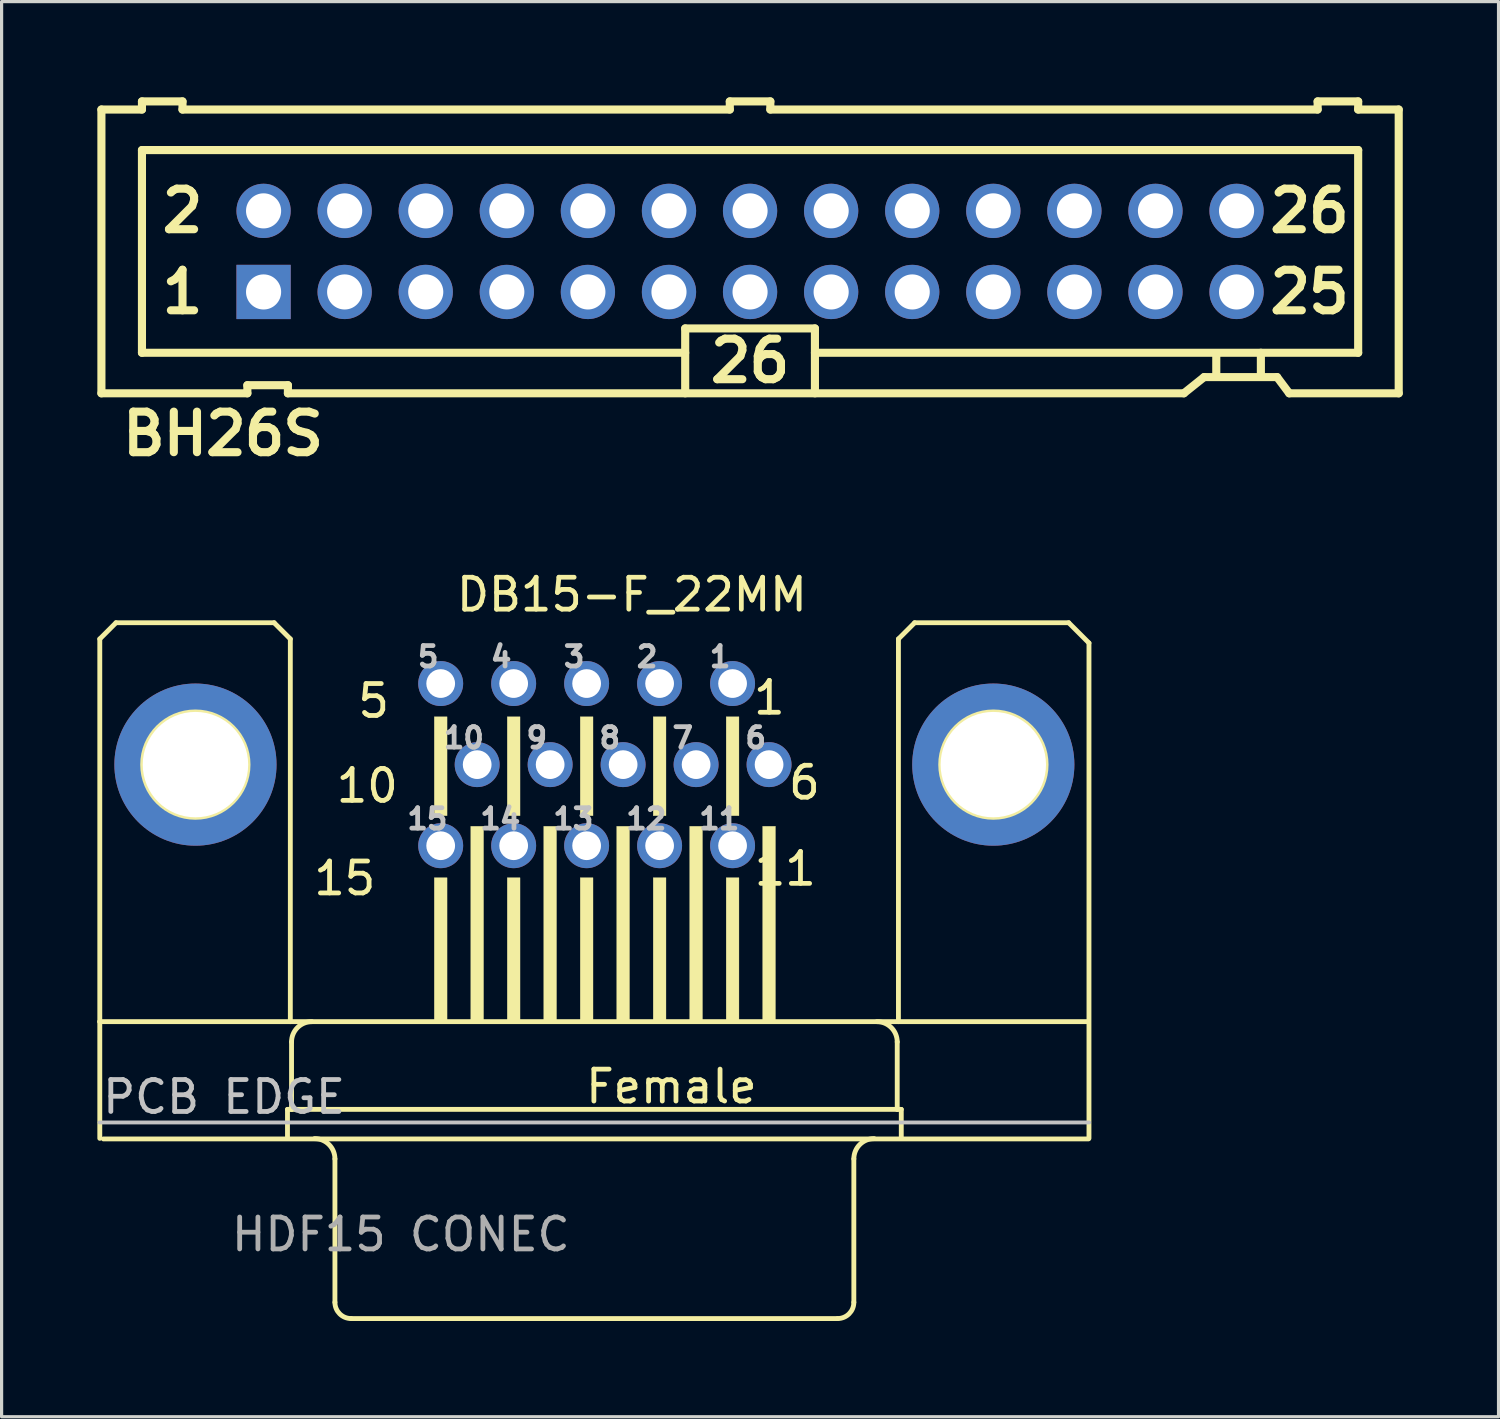
<source format=kicad_pcb>
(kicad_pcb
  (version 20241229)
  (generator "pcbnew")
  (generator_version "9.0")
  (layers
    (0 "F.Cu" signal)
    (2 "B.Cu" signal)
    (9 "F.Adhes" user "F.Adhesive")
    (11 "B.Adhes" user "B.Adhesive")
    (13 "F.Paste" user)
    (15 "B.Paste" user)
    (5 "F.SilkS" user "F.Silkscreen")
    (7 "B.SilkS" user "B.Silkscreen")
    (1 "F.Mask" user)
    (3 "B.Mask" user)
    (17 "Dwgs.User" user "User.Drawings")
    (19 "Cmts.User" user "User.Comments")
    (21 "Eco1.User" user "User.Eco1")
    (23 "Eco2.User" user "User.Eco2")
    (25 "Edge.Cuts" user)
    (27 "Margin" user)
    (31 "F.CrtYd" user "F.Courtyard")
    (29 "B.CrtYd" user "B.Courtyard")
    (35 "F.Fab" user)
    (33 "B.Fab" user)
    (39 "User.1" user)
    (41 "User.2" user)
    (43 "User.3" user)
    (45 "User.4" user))
  (footprint "DB15-F_22MM"
    (layer "F.Cu")
    (at 15.57 24.713)
    (property "Reference" "DB15-F_22MM" (at 1.175 -9.135 0) (layer "F.SilkS") (effects (font (size 1 1) (thickness 0.15))))
    (attr through_hole)
    (fp_line (start -15.494 -7.747) (end -15.494 4.242) (stroke (width 0.152) (type solid)) (layer "F.SilkS"))
    (fp_line (start -15.494 7.898) (end -15.494 4.242) (stroke (width 0.152) (type solid)) (layer "F.SilkS"))
    (fp_line (start -14.986 -8.255) (end -15.494 -7.747) (stroke (width 0.152) (type solid)) (layer "F.SilkS"))
    (fp_line (start -10.033 -8.255) (end -14.986 -8.255) (stroke (width 0.152) (type solid)) (layer "F.SilkS"))
    (fp_line (start -9.614 6.99) (end -9.614 7.898) (stroke (width 0.152) (type solid)) (layer "F.SilkS"))
    (fp_line (start -9.525 -7.747) (end -10.033 -8.255) (stroke (width 0.152) (type solid)) (layer "F.SilkS"))
    (fp_line (start -9.525 -7.747) (end -9.525 4.242) (stroke (width 0.152) (type solid)) (layer "F.SilkS"))
    (fp_line (start -9.487 4.877) (end -9.487 6.99) (stroke (width 0.152) (type solid)) (layer "F.SilkS"))
    (fp_line (start -9.487 6.99) (end -9.614 6.99) (stroke (width 0.152) (type solid)) (layer "F.SilkS"))
    (fp_line (start -8.128 8.541) (end -8.128 13.035) (stroke (width 0.152) (type solid)) (layer "F.SilkS"))
    (fp_line (start 7.62 13.543) (end -7.62 13.543) (stroke (width 0.152) (type solid)) (layer "F.SilkS"))
    (fp_line (start 8.128 8.541) (end 8.128 13.035) (stroke (width 0.152) (type solid)) (layer "F.SilkS"))
    (fp_line (start 9.487 4.877) (end 9.487 6.99) (stroke (width 0.152) (type solid)) (layer "F.SilkS"))
    (fp_line (start 9.487 6.99) (end -9.487 6.99) (stroke (width 0.152) (type solid)) (layer "F.SilkS"))
    (fp_line (start 9.525 -7.747) (end 9.525 4.242) (stroke (width 0.152) (type solid)) (layer "F.SilkS"))
    (fp_line (start 9.614 6.99) (end 9.487 6.99) (stroke (width 0.152) (type solid)) (layer "F.SilkS"))
    (fp_line (start 9.614 6.99) (end 9.614 7.898) (stroke (width 0.152) (type solid)) (layer "F.SilkS"))
    (fp_line (start 10.033 -8.255) (end 9.525 -7.747) (stroke (width 0.152) (type solid)) (layer "F.SilkS"))
    (fp_line (start 10.033 -8.255) (end 14.859 -8.255) (stroke (width 0.152) (type solid)) (layer "F.SilkS"))
    (fp_line (start 14.859 -8.255) (end 15.494 -7.62) (stroke (width 0.152) (type solid)) (layer "F.SilkS"))
    (fp_line (start 15.475 4.242) (end -15.494 4.242) (stroke (width 0.152) (type solid)) (layer "F.SilkS"))
    (fp_line (start 15.476 7.916) (end -15.38 7.916) (stroke (width 0.152) (type solid)) (layer "F.SilkS"))
    (fp_line (start 15.494 -7.62) (end 15.494 7.898) (stroke (width 0.152) (type solid)) (layer "F.SilkS"))
    (fp_arc (start -9.487 4.8768) (mid -9.301013 4.427787) (end -8.852 4.2418) (stroke (width 0.1524) (type solid)) (layer "F.SilkS"))
    (fp_arc (start -8.763 7.9058) (mid -8.313987 8.091787) (end -8.128 8.5408) (stroke (width 0.1524) (type solid)) (layer "F.SilkS"))
    (fp_arc (start -7.62 13.543) (mid -7.97921 13.39421) (end -8.128 13.035) (stroke (width 0.1524) (type solid)) (layer "F.SilkS"))
    (fp_arc (start 8.128 8.5408) (mid 8.313987 8.091787) (end 8.763 7.9058) (stroke (width 0.1524) (type solid)) (layer "F.SilkS"))
    (fp_arc (start 8.128 13.035) (mid 7.97921 13.39421) (end 7.62 13.543) (stroke (width 0.1524) (type solid)) (layer "F.SilkS"))
    (fp_arc (start 8.852 4.2418) (mid 9.301013 4.427787) (end 9.487 4.8768) (stroke (width 0.1524) (type solid)) (layer "F.SilkS"))
    (fp_circle (center -12.5 -3.81) (end -10.849 -3.81) (stroke (width 0.152) (type solid)) (fill no) (layer "F.SilkS"))
    (fp_circle (center 12.5 -3.81) (end 14.151 -3.81) (stroke (width 0.152) (type solid)) (fill no) (layer "F.SilkS"))
    (fp_poly (pts (xy -5.015 -5.31) (xy -4.615 -5.31) (xy -4.615 -2.21) (xy -5.015 -2.21)) (stroke (width 0.01) (type solid)) (fill yes) (layer "F.SilkS"))
    (fp_poly (pts (xy -5.015 -0.267) (xy -4.615 -0.267) (xy -4.615 4.242) (xy -5.015 4.242)) (stroke (width 0.01) (type solid)) (fill yes) (layer "F.SilkS"))
    (fp_poly (pts (xy -3.872 -1.878) (xy -3.472 -1.878) (xy -3.472 4.222) (xy -3.872 4.222)) (stroke (width 0.01) (type solid)) (fill yes) (layer "F.SilkS"))
    (fp_poly (pts (xy -2.729 -5.31) (xy -2.329 -5.31) (xy -2.329 -2.21) (xy -2.729 -2.21)) (stroke (width 0.01) (type solid)) (fill yes) (layer "F.SilkS"))
    (fp_poly (pts (xy -2.729 -0.267) (xy -2.329 -0.267) (xy -2.329 4.242) (xy -2.729 4.242)) (stroke (width 0.01) (type solid)) (fill yes) (layer "F.SilkS"))
    (fp_poly (pts (xy -1.586 -1.878) (xy -1.186 -1.878) (xy -1.186 4.222) (xy -1.586 4.222)) (stroke (width 0.01) (type solid)) (fill yes) (layer "F.SilkS"))
    (fp_poly (pts (xy -0.443 -5.31) (xy -0.043 -5.31) (xy -0.043 -2.21) (xy -0.443 -2.21)) (stroke (width 0.01) (type solid)) (fill yes) (layer "F.SilkS"))
    (fp_poly (pts (xy -0.443 -0.267) (xy -0.043 -0.267) (xy -0.043 4.242) (xy -0.443 4.242)) (stroke (width 0.01) (type solid)) (fill yes) (layer "F.SilkS"))
    (fp_poly (pts (xy 0.7 -1.878) (xy 1.1 -1.878) (xy 1.1 4.222) (xy 0.7 4.222)) (stroke (width 0.01) (type solid)) (fill yes) (layer "F.SilkS"))
    (fp_poly (pts (xy 1.843 -5.31) (xy 2.243 -5.31) (xy 2.243 -2.21) (xy 1.843 -2.21)) (stroke (width 0.01) (type solid)) (fill yes) (layer "F.SilkS"))
    (fp_poly (pts (xy 1.843 -0.267) (xy 2.243 -0.267) (xy 2.243 4.242) (xy 1.843 4.242)) (stroke (width 0.01) (type solid)) (fill yes) (layer "F.SilkS"))
    (fp_poly (pts (xy 2.986 -1.878) (xy 3.386 -1.878) (xy 3.386 4.222) (xy 2.986 4.222)) (stroke (width 0.01) (type solid)) (fill yes) (layer "F.SilkS"))
    (fp_poly (pts (xy 4.129 -5.31) (xy 4.529 -5.31) (xy 4.529 -2.21) (xy 4.129 -2.21)) (stroke (width 0.01) (type solid)) (fill yes) (layer "F.SilkS"))
    (fp_poly (pts (xy 4.129 -0.267) (xy 4.529 -0.267) (xy 4.529 4.242) (xy 4.129 4.242)) (stroke (width 0.01) (type solid)) (fill yes) (layer "F.SilkS"))
    (fp_poly (pts (xy 5.272 -1.878) (xy 5.672 -1.878) (xy 5.672 4.222) (xy 5.272 4.222)) (stroke (width 0.01) (type solid)) (fill yes) (layer "F.SilkS"))
    (fp_line (start -15.5 7.4) (end 15.5 7.4) (stroke (width 0.12) (type solid)) (layer "Dwgs.User"))
    (fp_text user "15" (at -7.82 -0.245 0) (layer "F.SilkS") (effects (font (size 1 1) (thickness 0.15))))
    (fp_text user "11" (at 5.98 -0.545 0) (layer "F.SilkS") (effects (font (size 1 1) (thickness 0.15))))
    (fp_text user "Female" (at 2.413 6.274 0) (layer "F.SilkS") (effects (font (size 1 1) (thickness 0.15))))
    (fp_text user "6" (at 6.58 -3.245 0) (layer "F.SilkS") (effects (font (size 1 1) (thickness 0.15))))
    (fp_text user "1" (at 5.48 -5.905 0) (layer "F.SilkS") (effects (font (size 1 1) (thickness 0.15))))
    (fp_text user "5" (at -6.915 -5.805 0) (layer "F.SilkS") (effects (font (size 1 1) (thickness 0.15))))
    (fp_text user "10" (at -7.115 -3.145 0) (layer "F.SilkS") (effects (font (size 1 1) (thickness 0.15))))
    (fp_text user "PCB EDGE" (at -11.6 6.6 0) (layer "Dwgs.User") (effects (font (size 1 1) (thickness 0.15))))
    (fp_text user "10" (at -4.089 -4.648 0) (layer "Dwgs.User") (effects (font (size 0.64 0.64) (thickness 0.15))))
    (fp_text user "14" (at -2.946 -2.108 0) (layer "Dwgs.User") (effects (font (size 0.64 0.64) (thickness 0.15))))
    (fp_text user "1" (at 3.937 -7.188 0) (layer "Dwgs.User") (effects (font (size 0.64 0.64) (thickness 0.15))))
    (fp_text user "12" (at 1.626 -2.108 0) (layer "Dwgs.User") (effects (font (size 0.64 0.64) (thickness 0.15))))
    (fp_text user "7" (at 2.769 -4.648 0) (layer "Dwgs.User") (effects (font (size 0.64 0.64) (thickness 0.15))))
    (fp_text user "3" (at -0.635 -7.188 0) (layer "Dwgs.User") (effects (font (size 0.64 0.64) (thickness 0.15))))
    (fp_text user "6" (at 5.055 -4.648 0) (layer "Dwgs.User") (effects (font (size 0.64 0.64) (thickness 0.15))))
    (fp_text user "15" (at -5.232 -2.108 0) (layer "Dwgs.User") (effects (font (size 0.64 0.64) (thickness 0.15))))
    (fp_text user "4" (at -2.921 -7.188 0) (layer "Dwgs.User") (effects (font (size 0.64 0.64) (thickness 0.15))))
    (fp_text user "13" (at -0.66 -2.108 0) (layer "Dwgs.User") (effects (font (size 0.64 0.64) (thickness 0.15))))
    (fp_text user "5" (at -5.207 -7.188 0) (layer "Dwgs.User") (effects (font (size 0.64 0.64) (thickness 0.15))))
    (fp_text user "9" (at -1.803 -4.648 0) (layer "Dwgs.User") (effects (font (size 0.64 0.64) (thickness 0.15))))
    (fp_text user "8" (at 0.483 -4.648 0) (layer "Dwgs.User") (effects (font (size 0.64 0.64) (thickness 0.15))))
    (fp_text user "2" (at 1.651 -7.188 0) (layer "Dwgs.User") (effects (font (size 0.64 0.64) (thickness 0.15))))
    (fp_text user "11" (at 3.912 -2.108 0) (layer "Dwgs.User") (effects (font (size 0.64 0.64) (thickness 0.15))))
    (fp_text user "HDF15 CONEC" (at -6.064 10.907 0) (layer "F.Fab") (effects (font (size 1 1) (thickness 0.15))))
    (pad "1" thru_hole circle (at 4.329 -6.35) (size 1.408 1.408) (drill 0.9) (layers "*.Cu" "*.Mask"))
    (pad "2" thru_hole circle (at 2.043 -6.35) (size 1.408 1.408) (drill 0.9) (layers "*.Cu" "*.Mask"))
    (pad "3" thru_hole circle (at -0.243 -6.35) (size 1.408 1.408) (drill 0.9) (layers "*.Cu" "*.Mask"))
    (pad "4" thru_hole circle (at -2.529 -6.35) (size 1.408 1.408) (drill 0.9) (layers "*.Cu" "*.Mask"))
    (pad "5" thru_hole circle (at -4.815 -6.35) (size 1.408 1.408) (drill 0.9) (layers "*.Cu" "*.Mask"))
    (pad "6" thru_hole circle (at 5.472 -3.81) (size 1.408 1.408) (drill 0.9) (layers "*.Cu" "*.Mask"))
    (pad "7" thru_hole circle (at 3.186 -3.81) (size 1.408 1.408) (drill 0.9) (layers "*.Cu" "*.Mask"))
    (pad "8" thru_hole circle (at 0.9 -3.81) (size 1.408 1.408) (drill 0.9) (layers "*.Cu" "*.Mask"))
    (pad "9" thru_hole circle (at -1.386 -3.81) (size 1.408 1.408) (drill 0.9) (layers "*.Cu" "*.Mask"))
    (pad "10" thru_hole circle (at -3.672 -3.81) (size 1.408 1.408) (drill 0.9) (layers "*.Cu" "*.Mask"))
    (pad "11" thru_hole circle (at 4.329 -1.27) (size 1.408 1.408) (drill 0.9) (layers "*.Cu" "*.Mask"))
    (pad "12" thru_hole circle (at 2.043 -1.27) (size 1.408 1.408) (drill 0.9) (layers "*.Cu" "*.Mask"))
    (pad "13" thru_hole circle (at -0.243 -1.27) (size 1.408 1.408) (drill 0.9) (layers "*.Cu" "*.Mask"))
    (pad "14" thru_hole circle (at -2.529 -1.27) (size 1.408 1.408) (drill 0.9) (layers "*.Cu" "*.Mask"))
    (pad "15" thru_hole circle (at -4.815 -1.27) (size 1.408 1.408) (drill 0.9) (layers "*.Cu" "*.Mask"))
    (pad "GND1" thru_hole circle (at -12.497 -3.81) (size 5.08 5.08) (drill 3.302) (layers "*.Cu" "*.Mask"))
    (pad "GND2" thru_hole circle (at 12.497 -3.81) (size 5.08 5.08) (drill 3.302) (layers "*.Cu" "*.Mask")))
  (footprint "BH26S"
    (layer "F.Cu")
    (at 20.447 4.826)
    (property "Reference" "BH26S" (at -16.51 5.715 0) (layer "F.SilkS") (effects (font (size 1.27 1.27) (thickness 0.254))))
    (attr through_hole)
    (fp_line (start -20.32 -4.445) (end -20.32 4.445) (stroke (width 0.254) (type solid)) (layer "F.SilkS"))
    (fp_line (start -20.32 -4.445) (end -19.05 -4.445) (stroke (width 0.254) (type solid)) (layer "F.SilkS"))
    (fp_line (start -20.32 4.445) (end -15.748 4.445) (stroke (width 0.254) (type solid)) (layer "F.SilkS"))
    (fp_line (start -19.05 -4.699) (end -19.05 -4.445) (stroke (width 0.254) (type solid)) (layer "F.SilkS"))
    (fp_line (start -19.05 -3.175) (end -19.05 3.175) (stroke (width 0.254) (type solid)) (layer "F.SilkS"))
    (fp_line (start -19.05 -3.175) (end 19.05 -3.175) (stroke (width 0.254) (type solid)) (layer "F.SilkS"))
    (fp_line (start -17.78 -4.699) (end -19.05 -4.699) (stroke (width 0.254) (type solid)) (layer "F.SilkS"))
    (fp_line (start -17.78 -4.699) (end -17.78 -4.445) (stroke (width 0.254) (type solid)) (layer "F.SilkS"))
    (fp_line (start -15.748 4.191) (end -15.748 4.445) (stroke (width 0.254) (type solid)) (layer "F.SilkS"))
    (fp_line (start -15.748 4.191) (end -14.478 4.191) (stroke (width 0.254) (type solid)) (layer "F.SilkS"))
    (fp_line (start -14.478 4.191) (end -14.478 4.445) (stroke (width 0.254) (type solid)) (layer "F.SilkS"))
    (fp_line (start -14.478 4.445) (end 13.589 4.445) (stroke (width 0.254) (type solid)) (layer "F.SilkS"))
    (fp_line (start -2.032 2.413) (end 2.032 2.413) (stroke (width 0.254) (type solid)) (layer "F.SilkS"))
    (fp_line (start -2.032 3.175) (end -19.05 3.175) (stroke (width 0.254) (type solid)) (layer "F.SilkS"))
    (fp_line (start -2.032 4.445) (end -2.032 2.413) (stroke (width 0.254) (type solid)) (layer "F.SilkS"))
    (fp_line (start -0.635 -4.699) (end -0.635 -4.445) (stroke (width 0.254) (type solid)) (layer "F.SilkS"))
    (fp_line (start -0.635 -4.445) (end -17.78 -4.445) (stroke (width 0.254) (type solid)) (layer "F.SilkS"))
    (fp_line (start 0.635 -4.699) (end -0.635 -4.699) (stroke (width 0.254) (type solid)) (layer "F.SilkS"))
    (fp_line (start 0.635 -4.699) (end 0.635 -4.445) (stroke (width 0.254) (type solid)) (layer "F.SilkS"))
    (fp_line (start 2.032 2.413) (end 2.032 4.445) (stroke (width 0.254) (type solid)) (layer "F.SilkS"))
    (fp_line (start 2.032 3.175) (end 19.05 3.175) (stroke (width 0.254) (type solid)) (layer "F.SilkS"))
    (fp_line (start 13.589 4.445) (end 14.224 3.937) (stroke (width 0.254) (type solid)) (layer "F.SilkS"))
    (fp_line (start 14.224 3.937) (end 16.51 3.937) (stroke (width 0.254) (type solid)) (layer "F.SilkS"))
    (fp_line (start 14.605 3.188) (end 14.605 3.835) (stroke (width 0.254) (type solid)) (layer "F.SilkS"))
    (fp_line (start 16.002 3.175) (end 16.002 3.835) (stroke (width 0.254) (type solid)) (layer "F.SilkS"))
    (fp_line (start 16.51 3.937) (end 16.891 4.445) (stroke (width 0.254) (type solid)) (layer "F.SilkS"))
    (fp_line (start 16.891 4.445) (end 20.32 4.445) (stroke (width 0.254) (type solid)) (layer "F.SilkS"))
    (fp_line (start 17.78 -4.699) (end 17.78 -4.445) (stroke (width 0.254) (type solid)) (layer "F.SilkS"))
    (fp_line (start 17.78 -4.445) (end 0.635 -4.445) (stroke (width 0.254) (type solid)) (layer "F.SilkS"))
    (fp_line (start 19.05 -4.699) (end 17.78 -4.699) (stroke (width 0.254) (type solid)) (layer "F.SilkS"))
    (fp_line (start 19.05 -4.699) (end 19.05 -4.445) (stroke (width 0.254) (type solid)) (layer "F.SilkS"))
    (fp_line (start 19.05 -3.175) (end 19.05 3.175) (stroke (width 0.254) (type solid)) (layer "F.SilkS"))
    (fp_line (start 20.32 -4.445) (end 19.05 -4.445) (stroke (width 0.254) (type solid)) (layer "F.SilkS"))
    (fp_line (start 20.32 -4.445) (end 20.32 4.445) (stroke (width 0.254) (type solid)) (layer "F.SilkS"))
    (fp_text user "26" (at 0 3.429 0) (layer "F.SilkS") (effects (font (size 1.27 1.27) (thickness 0.254))))
    (fp_text user "25" (at 17.526 1.27 0) (layer "F.SilkS") (effects (font (size 1.27 1.27) (thickness 0.254))))
    (fp_text user "26" (at 17.526 -1.27 0) (layer "F.SilkS") (effects (font (size 1.27 1.27) (thickness 0.254))))
    (fp_text user "1" (at -17.78 1.27 0) (layer "F.SilkS") (effects (font (size 1.27 1.27) (thickness 0.254))))
    (fp_text user "2" (at -17.78 -1.27 0) (layer "F.SilkS") (effects (font (size 1.27 1.27) (thickness 0.254))))
    (pad "1" thru_hole rect (at -15.24 1.27) (size 1.7 1.7) (drill 1.1) (layers "*.Cu" "*.Mask"))
    (pad "2" thru_hole circle (at -15.24 -1.27) (size 1.7 1.7) (drill 1.1) (layers "*.Cu" "*.Mask"))
    (pad "3" thru_hole circle (at -12.7 1.27) (size 1.7 1.7) (drill 1.1) (layers "*.Cu" "*.Mask"))
    (pad "4" thru_hole circle (at -12.7 -1.27) (size 1.7 1.7) (drill 1.1) (layers "*.Cu" "*.Mask"))
    (pad "5" thru_hole circle (at -10.16 1.27) (size 1.7 1.7) (drill 1.1) (layers "*.Cu" "*.Mask"))
    (pad "6" thru_hole circle (at -10.16 -1.27) (size 1.7 1.7) (drill 1.1) (layers "*.Cu" "*.Mask"))
    (pad "7" thru_hole circle (at -7.62 1.27) (size 1.7 1.7) (drill 1.1) (layers "*.Cu" "*.Mask"))
    (pad "8" thru_hole circle (at -7.62 -1.27) (size 1.7 1.7) (drill 1.1) (layers "*.Cu" "*.Mask"))
    (pad "9" thru_hole circle (at -5.08 1.27) (size 1.7 1.7) (drill 1.1) (layers "*.Cu" "*.Mask"))
    (pad "10" thru_hole circle (at -5.08 -1.27) (size 1.7 1.7) (drill 1.1) (layers "*.Cu" "*.Mask"))
    (pad "11" thru_hole circle (at -2.54 1.27) (size 1.7 1.7) (drill 1.1) (layers "*.Cu" "*.Mask"))
    (pad "12" thru_hole circle (at -2.54 -1.27) (size 1.7 1.7) (drill 1.1) (layers "*.Cu" "*.Mask"))
    (pad "13" thru_hole circle (at 0 1.27) (size 1.7 1.7) (drill 1.1) (layers "*.Cu" "*.Mask"))
    (pad "14" thru_hole circle (at 0 -1.27) (size 1.7 1.7) (drill 1.1) (layers "*.Cu" "*.Mask"))
    (pad "15" thru_hole circle (at 2.54 1.27) (size 1.7 1.7) (drill 1.1) (layers "*.Cu" "*.Mask"))
    (pad "16" thru_hole circle (at 2.54 -1.27) (size 1.7 1.7) (drill 1.1) (layers "*.Cu" "*.Mask"))
    (pad "17" thru_hole circle (at 5.08 1.27) (size 1.7 1.7) (drill 1.1) (layers "*.Cu" "*.Mask"))
    (pad "18" thru_hole circle (at 5.08 -1.27) (size 1.7 1.7) (drill 1.1) (layers "*.Cu" "*.Mask"))
    (pad "19" thru_hole circle (at 7.62 1.27) (size 1.7 1.7) (drill 1.1) (layers "*.Cu" "*.Mask"))
    (pad "20" thru_hole circle (at 7.62 -1.27) (size 1.7 1.7) (drill 1.1) (layers "*.Cu" "*.Mask"))
    (pad "21" thru_hole circle (at 10.16 1.27) (size 1.7 1.7) (drill 1.1) (layers "*.Cu" "*.Mask"))
    (pad "22" thru_hole circle (at 10.16 -1.27) (size 1.7 1.7) (drill 1.1) (layers "*.Cu" "*.Mask"))
    (pad "23" thru_hole circle (at 12.7 1.27) (size 1.7 1.7) (drill 1.1) (layers "*.Cu" "*.Mask"))
    (pad "24" thru_hole circle (at 12.7 -1.27) (size 1.7 1.7) (drill 1.1) (layers "*.Cu" "*.Mask"))
    (pad "25" thru_hole circle (at 15.24 1.27) (size 1.7 1.7) (drill 1.1) (layers "*.Cu" "*.Mask"))
    (pad "26" thru_hole circle (at 15.24 -1.27) (size 1.7 1.7) (drill 1.1) (layers "*.Cu" "*.Mask")))
  (gr_rect
    (start -3 -3)
    (end 43.894 41.332)
    (stroke (width 0.1) (type default))
    (fill no)
    (layer "Edge.Cuts")))
</source>
